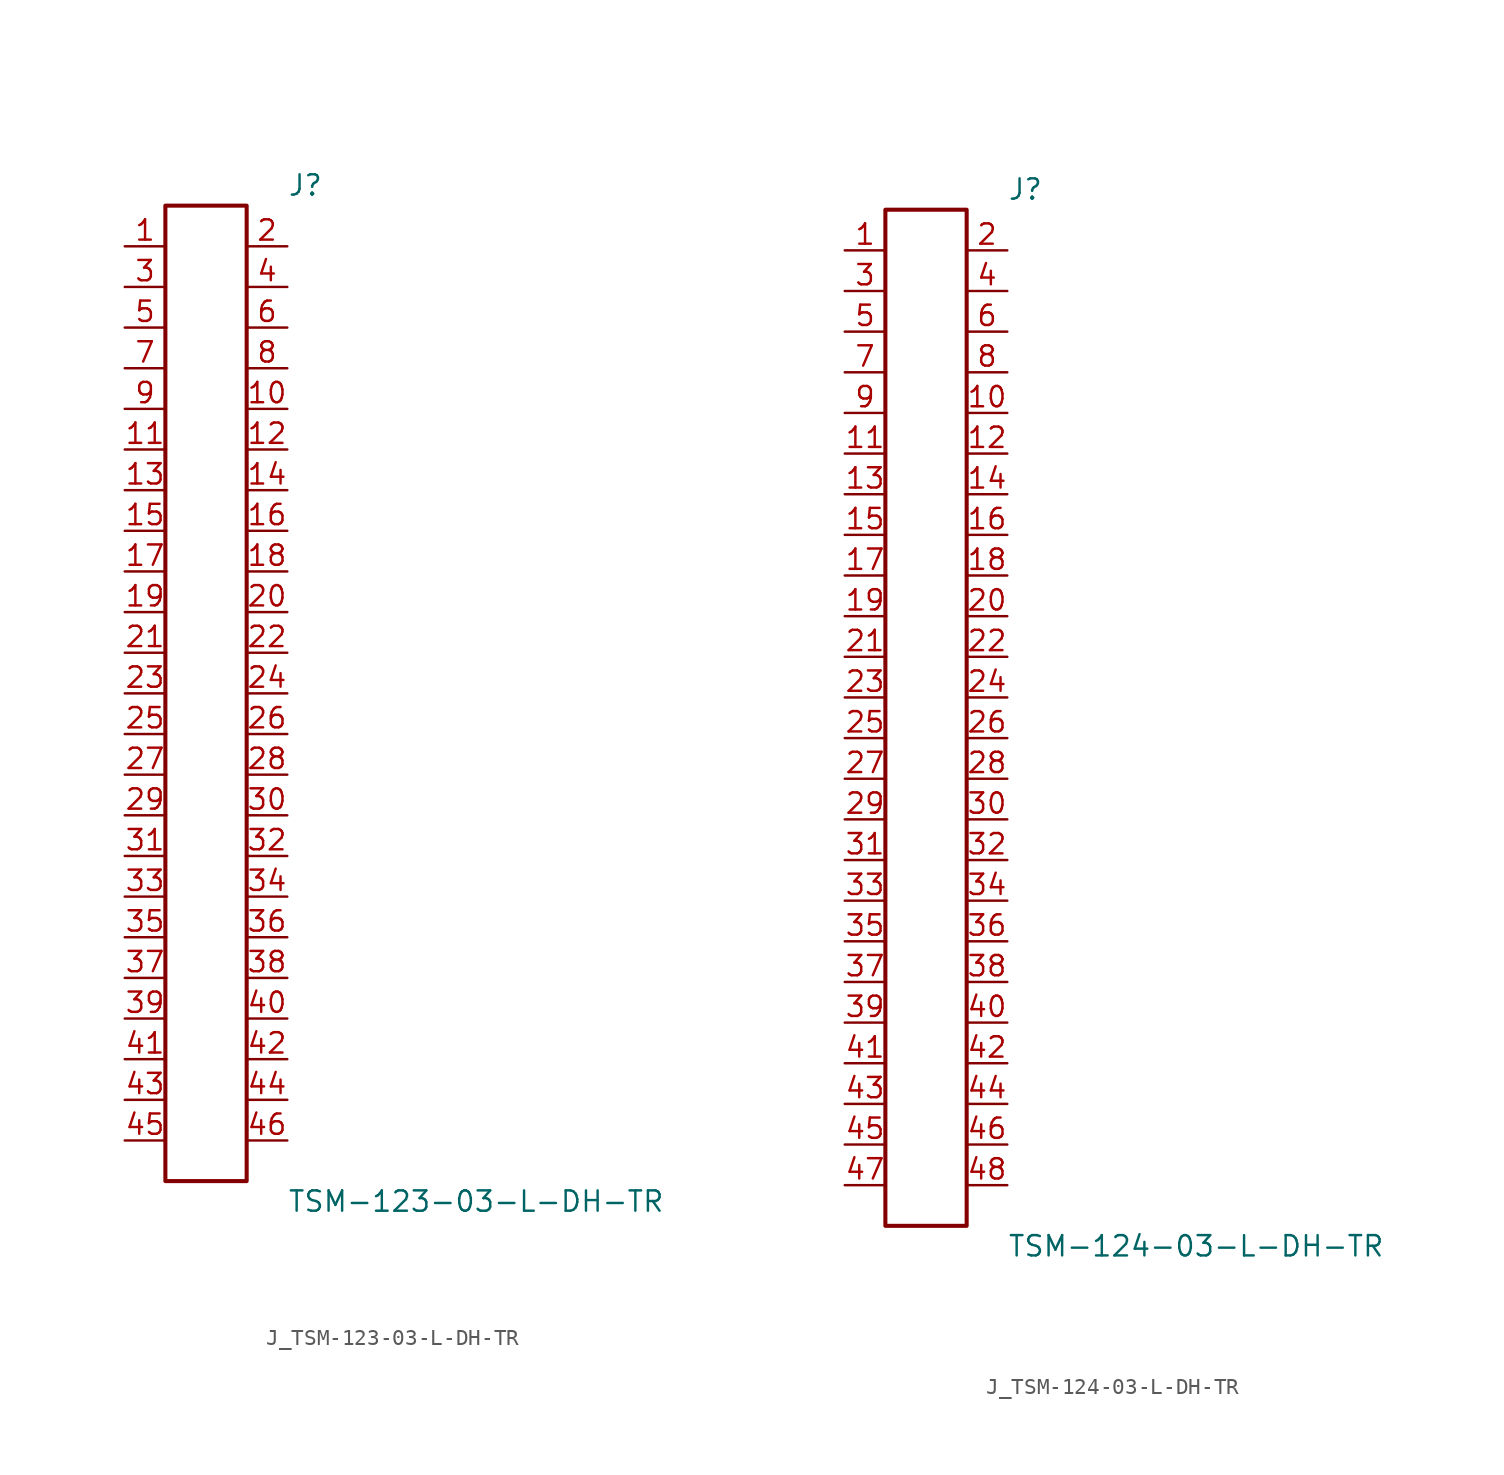
<source format=kicad_sym>
(kicad_symbol_lib
  (version 20231120)
  (generator kicad_symbol_editor)
  (generator_version 8.0)
  (symbol "J_TSM-123-03-L-DH-TR"
    (pin_names
      (offset 0.254))
    (property "Reference" "J"
      (at 5.08 31.75 0)
      (effects (font (size 1.27 1.27)) (justify left)))
    (property "Value" "TSM-123-03-L-DH-TR"
      (at 5.08 -31.75 0)
      (effects (font (size 1.27 1.27)) (justify left)))
    (symbol "J_TSM-123-03-L-DH-TR_0_0"
      (pin passive line (at -5.08 27.94 0) (length 2.54) (name "" (effects (font (size 1.27 1.27)))) (number "1" (effects (font (size 1.27 1.27)))))
      (pin passive line (at 5.08 27.94 180) (length 2.54) (name "" (effects (font (size 1.27 1.27)))) (number "2" (effects (font (size 1.27 1.27)))))
      (pin passive line (at -5.08 25.4 0) (length 2.54) (name "" (effects (font (size 1.27 1.27)))) (number "3" (effects (font (size 1.27 1.27)))))
      (pin passive line (at 5.08 25.4 180) (length 2.54) (name "" (effects (font (size 1.27 1.27)))) (number "4" (effects (font (size 1.27 1.27)))))
      (pin passive line (at -5.08 22.86 0) (length 2.54) (name "" (effects (font (size 1.27 1.27)))) (number "5" (effects (font (size 1.27 1.27)))))
      (pin passive line (at 5.08 22.86 180) (length 2.54) (name "" (effects (font (size 1.27 1.27)))) (number "6" (effects (font (size 1.27 1.27)))))
      (pin passive line (at -5.08 20.32 0) (length 2.54) (name "" (effects (font (size 1.27 1.27)))) (number "7" (effects (font (size 1.27 1.27)))))
      (pin passive line (at 5.08 20.32 180) (length 2.54) (name "" (effects (font (size 1.27 1.27)))) (number "8" (effects (font (size 1.27 1.27)))))
      (pin passive line (at -5.08 17.78 0) (length 2.54) (name "" (effects (font (size 1.27 1.27)))) (number "9" (effects (font (size 1.27 1.27)))))
      (pin passive line (at 5.08 17.78 180) (length 2.54) (name "" (effects (font (size 1.27 1.27)))) (number "10" (effects (font (size 1.27 1.27)))))
      (pin passive line (at -5.08 15.24 0) (length 2.54) (name "" (effects (font (size 1.27 1.27)))) (number "11" (effects (font (size 1.27 1.27)))))
      (pin passive line (at 5.08 15.24 180) (length 2.54) (name "" (effects (font (size 1.27 1.27)))) (number "12" (effects (font (size 1.27 1.27)))))
      (pin passive line (at -5.08 12.7 0) (length 2.54) (name "" (effects (font (size 1.27 1.27)))) (number "13" (effects (font (size 1.27 1.27)))))
      (pin passive line (at 5.08 12.7 180) (length 2.54) (name "" (effects (font (size 1.27 1.27)))) (number "14" (effects (font (size 1.27 1.27)))))
      (pin passive line (at -5.08 10.16 0) (length 2.54) (name "" (effects (font (size 1.27 1.27)))) (number "15" (effects (font (size 1.27 1.27)))))
      (pin passive line (at 5.08 10.16 180) (length 2.54) (name "" (effects (font (size 1.27 1.27)))) (number "16" (effects (font (size 1.27 1.27)))))
      (pin passive line (at -5.08 7.62 0) (length 2.54) (name "" (effects (font (size 1.27 1.27)))) (number "17" (effects (font (size 1.27 1.27)))))
      (pin passive line (at 5.08 7.62 180) (length 2.54) (name "" (effects (font (size 1.27 1.27)))) (number "18" (effects (font (size 1.27 1.27)))))
      (pin passive line (at -5.08 5.08 0) (length 2.54) (name "" (effects (font (size 1.27 1.27)))) (number "19" (effects (font (size 1.27 1.27)))))
      (pin passive line (at 5.08 5.08 180) (length 2.54) (name "" (effects (font (size 1.27 1.27)))) (number "20" (effects (font (size 1.27 1.27)))))
      (pin passive line (at -5.08 2.54 0) (length 2.54) (name "" (effects (font (size 1.27 1.27)))) (number "21" (effects (font (size 1.27 1.27)))))
      (pin passive line (at 5.08 2.54 180) (length 2.54) (name "" (effects (font (size 1.27 1.27)))) (number "22" (effects (font (size 1.27 1.27)))))
      (pin passive line (at -5.08 0.0 0) (length 2.54) (name "" (effects (font (size 1.27 1.27)))) (number "23" (effects (font (size 1.27 1.27)))))
      (pin passive line (at 5.08 0.0 180) (length 2.54) (name "" (effects (font (size 1.27 1.27)))) (number "24" (effects (font (size 1.27 1.27)))))
      (pin passive line (at -5.08 -2.54 0) (length 2.54) (name "" (effects (font (size 1.27 1.27)))) (number "25" (effects (font (size 1.27 1.27)))))
      (pin passive line (at 5.08 -2.54 180) (length 2.54) (name "" (effects (font (size 1.27 1.27)))) (number "26" (effects (font (size 1.27 1.27)))))
      (pin passive line (at -5.08 -5.08 0) (length 2.54) (name "" (effects (font (size 1.27 1.27)))) (number "27" (effects (font (size 1.27 1.27)))))
      (pin passive line (at 5.08 -5.08 180) (length 2.54) (name "" (effects (font (size 1.27 1.27)))) (number "28" (effects (font (size 1.27 1.27)))))
      (pin passive line (at -5.08 -7.62 0) (length 2.54) (name "" (effects (font (size 1.27 1.27)))) (number "29" (effects (font (size 1.27 1.27)))))
      (pin passive line (at 5.08 -7.62 180) (length 2.54) (name "" (effects (font (size 1.27 1.27)))) (number "30" (effects (font (size 1.27 1.27)))))
      (pin passive line (at -5.08 -10.16 0) (length 2.54) (name "" (effects (font (size 1.27 1.27)))) (number "31" (effects (font (size 1.27 1.27)))))
      (pin passive line (at 5.08 -10.16 180) (length 2.54) (name "" (effects (font (size 1.27 1.27)))) (number "32" (effects (font (size 1.27 1.27)))))
      (pin passive line (at -5.08 -12.7 0) (length 2.54) (name "" (effects (font (size 1.27 1.27)))) (number "33" (effects (font (size 1.27 1.27)))))
      (pin passive line (at 5.08 -12.7 180) (length 2.54) (name "" (effects (font (size 1.27 1.27)))) (number "34" (effects (font (size 1.27 1.27)))))
      (pin passive line (at -5.08 -15.24 0) (length 2.54) (name "" (effects (font (size 1.27 1.27)))) (number "35" (effects (font (size 1.27 1.27)))))
      (pin passive line (at 5.08 -15.24 180) (length 2.54) (name "" (effects (font (size 1.27 1.27)))) (number "36" (effects (font (size 1.27 1.27)))))
      (pin passive line (at -5.08 -17.78 0) (length 2.54) (name "" (effects (font (size 1.27 1.27)))) (number "37" (effects (font (size 1.27 1.27)))))
      (pin passive line (at 5.08 -17.78 180) (length 2.54) (name "" (effects (font (size 1.27 1.27)))) (number "38" (effects (font (size 1.27 1.27)))))
      (pin passive line (at -5.08 -20.32 0) (length 2.54) (name "" (effects (font (size 1.27 1.27)))) (number "39" (effects (font (size 1.27 1.27)))))
      (pin passive line (at 5.08 -20.32 180) (length 2.54) (name "" (effects (font (size 1.27 1.27)))) (number "40" (effects (font (size 1.27 1.27)))))
      (pin passive line (at -5.08 -22.86 0) (length 2.54) (name "" (effects (font (size 1.27 1.27)))) (number "41" (effects (font (size 1.27 1.27)))))
      (pin passive line (at 5.08 -22.86 180) (length 2.54) (name "" (effects (font (size 1.27 1.27)))) (number "42" (effects (font (size 1.27 1.27)))))
      (pin passive line (at -5.08 -25.4 0) (length 2.54) (name "" (effects (font (size 1.27 1.27)))) (number "43" (effects (font (size 1.27 1.27)))))
      (pin passive line (at 5.08 -25.4 180) (length 2.54) (name "" (effects (font (size 1.27 1.27)))) (number "44" (effects (font (size 1.27 1.27)))))
      (pin passive line (at -5.08 -27.94 0) (length 2.54) (name "" (effects (font (size 1.27 1.27)))) (number "45" (effects (font (size 1.27 1.27)))))
      (pin passive line (at 5.08 -27.94 180) (length 2.54) (name "" (effects (font (size 1.27 1.27)))) (number "46" (effects (font (size 1.27 1.27))))))
    (symbol "J_TSM-123-03-L-DH-TR_1_0"
      (rectangle (start -2.54 30.48) (end 2.54 -30.48) (stroke (width 0.254) (type solid)) (fill (type none)))))
  (symbol "J_TSM-124-03-L-DH-TR"
    (pin_names
      (offset 0.254))
    (property "Reference" "J"
      (at 5.08 33.02 0)
      (effects (font (size 1.27 1.27)) (justify left)))
    (property "Value" "TSM-124-03-L-DH-TR"
      (at 5.08 -33.02 0)
      (effects (font (size 1.27 1.27)) (justify left)))
    (symbol "J_TSM-124-03-L-DH-TR_0_0"
      (pin passive line (at -5.08 29.21 0) (length 2.54) (name "" (effects (font (size 1.27 1.27)))) (number "1" (effects (font (size 1.27 1.27)))))
      (pin passive line (at 5.08 29.21 180) (length 2.54) (name "" (effects (font (size 1.27 1.27)))) (number "2" (effects (font (size 1.27 1.27)))))
      (pin passive line (at -5.08 26.67 0) (length 2.54) (name "" (effects (font (size 1.27 1.27)))) (number "3" (effects (font (size 1.27 1.27)))))
      (pin passive line (at 5.08 26.67 180) (length 2.54) (name "" (effects (font (size 1.27 1.27)))) (number "4" (effects (font (size 1.27 1.27)))))
      (pin passive line (at -5.08 24.13 0) (length 2.54) (name "" (effects (font (size 1.27 1.27)))) (number "5" (effects (font (size 1.27 1.27)))))
      (pin passive line (at 5.08 24.13 180) (length 2.54) (name "" (effects (font (size 1.27 1.27)))) (number "6" (effects (font (size 1.27 1.27)))))
      (pin passive line (at -5.08 21.59 0) (length 2.54) (name "" (effects (font (size 1.27 1.27)))) (number "7" (effects (font (size 1.27 1.27)))))
      (pin passive line (at 5.08 21.59 180) (length 2.54) (name "" (effects (font (size 1.27 1.27)))) (number "8" (effects (font (size 1.27 1.27)))))
      (pin passive line (at -5.08 19.05 0) (length 2.54) (name "" (effects (font (size 1.27 1.27)))) (number "9" (effects (font (size 1.27 1.27)))))
      (pin passive line (at 5.08 19.05 180) (length 2.54) (name "" (effects (font (size 1.27 1.27)))) (number "10" (effects (font (size 1.27 1.27)))))
      (pin passive line (at -5.08 16.51 0) (length 2.54) (name "" (effects (font (size 1.27 1.27)))) (number "11" (effects (font (size 1.27 1.27)))))
      (pin passive line (at 5.08 16.51 180) (length 2.54) (name "" (effects (font (size 1.27 1.27)))) (number "12" (effects (font (size 1.27 1.27)))))
      (pin passive line (at -5.08 13.97 0) (length 2.54) (name "" (effects (font (size 1.27 1.27)))) (number "13" (effects (font (size 1.27 1.27)))))
      (pin passive line (at 5.08 13.97 180) (length 2.54) (name "" (effects (font (size 1.27 1.27)))) (number "14" (effects (font (size 1.27 1.27)))))
      (pin passive line (at -5.08 11.43 0) (length 2.54) (name "" (effects (font (size 1.27 1.27)))) (number "15" (effects (font (size 1.27 1.27)))))
      (pin passive line (at 5.08 11.43 180) (length 2.54) (name "" (effects (font (size 1.27 1.27)))) (number "16" (effects (font (size 1.27 1.27)))))
      (pin passive line (at -5.08 8.89 0) (length 2.54) (name "" (effects (font (size 1.27 1.27)))) (number "17" (effects (font (size 1.27 1.27)))))
      (pin passive line (at 5.08 8.89 180) (length 2.54) (name "" (effects (font (size 1.27 1.27)))) (number "18" (effects (font (size 1.27 1.27)))))
      (pin passive line (at -5.08 6.35 0) (length 2.54) (name "" (effects (font (size 1.27 1.27)))) (number "19" (effects (font (size 1.27 1.27)))))
      (pin passive line (at 5.08 6.35 180) (length 2.54) (name "" (effects (font (size 1.27 1.27)))) (number "20" (effects (font (size 1.27 1.27)))))
      (pin passive line (at -5.08 3.81 0) (length 2.54) (name "" (effects (font (size 1.27 1.27)))) (number "21" (effects (font (size 1.27 1.27)))))
      (pin passive line (at 5.08 3.81 180) (length 2.54) (name "" (effects (font (size 1.27 1.27)))) (number "22" (effects (font (size 1.27 1.27)))))
      (pin passive line (at -5.08 1.27 0) (length 2.54) (name "" (effects (font (size 1.27 1.27)))) (number "23" (effects (font (size 1.27 1.27)))))
      (pin passive line (at 5.08 1.27 180) (length 2.54) (name "" (effects (font (size 1.27 1.27)))) (number "24" (effects (font (size 1.27 1.27)))))
      (pin passive line (at -5.08 -1.27 0) (length 2.54) (name "" (effects (font (size 1.27 1.27)))) (number "25" (effects (font (size 1.27 1.27)))))
      (pin passive line (at 5.08 -1.27 180) (length 2.54) (name "" (effects (font (size 1.27 1.27)))) (number "26" (effects (font (size 1.27 1.27)))))
      (pin passive line (at -5.08 -3.81 0) (length 2.54) (name "" (effects (font (size 1.27 1.27)))) (number "27" (effects (font (size 1.27 1.27)))))
      (pin passive line (at 5.08 -3.81 180) (length 2.54) (name "" (effects (font (size 1.27 1.27)))) (number "28" (effects (font (size 1.27 1.27)))))
      (pin passive line (at -5.08 -6.35 0) (length 2.54) (name "" (effects (font (size 1.27 1.27)))) (number "29" (effects (font (size 1.27 1.27)))))
      (pin passive line (at 5.08 -6.35 180) (length 2.54) (name "" (effects (font (size 1.27 1.27)))) (number "30" (effects (font (size 1.27 1.27)))))
      (pin passive line (at -5.08 -8.89 0) (length 2.54) (name "" (effects (font (size 1.27 1.27)))) (number "31" (effects (font (size 1.27 1.27)))))
      (pin passive line (at 5.08 -8.89 180) (length 2.54) (name "" (effects (font (size 1.27 1.27)))) (number "32" (effects (font (size 1.27 1.27)))))
      (pin passive line (at -5.08 -11.43 0) (length 2.54) (name "" (effects (font (size 1.27 1.27)))) (number "33" (effects (font (size 1.27 1.27)))))
      (pin passive line (at 5.08 -11.43 180) (length 2.54) (name "" (effects (font (size 1.27 1.27)))) (number "34" (effects (font (size 1.27 1.27)))))
      (pin passive line (at -5.08 -13.97 0) (length 2.54) (name "" (effects (font (size 1.27 1.27)))) (number "35" (effects (font (size 1.27 1.27)))))
      (pin passive line (at 5.08 -13.97 180) (length 2.54) (name "" (effects (font (size 1.27 1.27)))) (number "36" (effects (font (size 1.27 1.27)))))
      (pin passive line (at -5.08 -16.51 0) (length 2.54) (name "" (effects (font (size 1.27 1.27)))) (number "37" (effects (font (size 1.27 1.27)))))
      (pin passive line (at 5.08 -16.51 180) (length 2.54) (name "" (effects (font (size 1.27 1.27)))) (number "38" (effects (font (size 1.27 1.27)))))
      (pin passive line (at -5.08 -19.05 0) (length 2.54) (name "" (effects (font (size 1.27 1.27)))) (number "39" (effects (font (size 1.27 1.27)))))
      (pin passive line (at 5.08 -19.05 180) (length 2.54) (name "" (effects (font (size 1.27 1.27)))) (number "40" (effects (font (size 1.27 1.27)))))
      (pin passive line (at -5.08 -21.59 0) (length 2.54) (name "" (effects (font (size 1.27 1.27)))) (number "41" (effects (font (size 1.27 1.27)))))
      (pin passive line (at 5.08 -21.59 180) (length 2.54) (name "" (effects (font (size 1.27 1.27)))) (number "42" (effects (font (size 1.27 1.27)))))
      (pin passive line (at -5.08 -24.13 0) (length 2.54) (name "" (effects (font (size 1.27 1.27)))) (number "43" (effects (font (size 1.27 1.27)))))
      (pin passive line (at 5.08 -24.13 180) (length 2.54) (name "" (effects (font (size 1.27 1.27)))) (number "44" (effects (font (size 1.27 1.27)))))
      (pin passive line (at -5.08 -26.67 0) (length 2.54) (name "" (effects (font (size 1.27 1.27)))) (number "45" (effects (font (size 1.27 1.27)))))
      (pin passive line (at 5.08 -26.67 180) (length 2.54) (name "" (effects (font (size 1.27 1.27)))) (number "46" (effects (font (size 1.27 1.27)))))
      (pin passive line (at -5.08 -29.21 0) (length 2.54) (name "" (effects (font (size 1.27 1.27)))) (number "47" (effects (font (size 1.27 1.27)))))
      (pin passive line (at 5.08 -29.21 180) (length 2.54) (name "" (effects (font (size 1.27 1.27)))) (number "48" (effects (font (size 1.27 1.27))))))
    (symbol "J_TSM-124-03-L-DH-TR_1_0"
      (rectangle (start -2.54 31.75) (end 2.54 -31.75) (stroke (width 0.254) (type solid)) (fill (type none))))))
</source>
